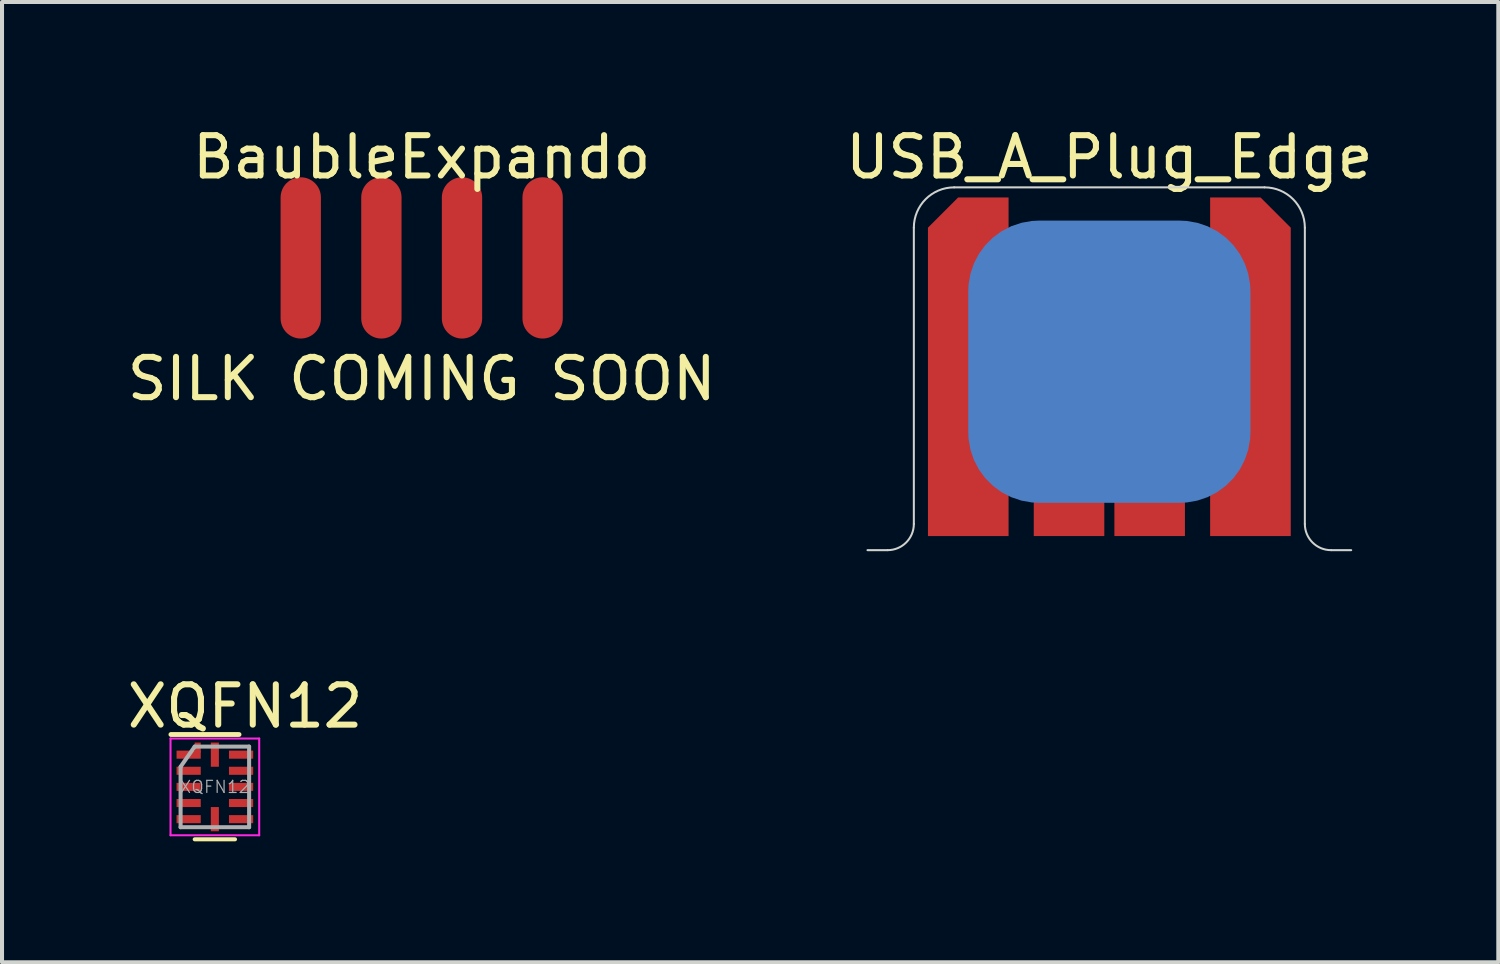
<source format=kicad_pcb>
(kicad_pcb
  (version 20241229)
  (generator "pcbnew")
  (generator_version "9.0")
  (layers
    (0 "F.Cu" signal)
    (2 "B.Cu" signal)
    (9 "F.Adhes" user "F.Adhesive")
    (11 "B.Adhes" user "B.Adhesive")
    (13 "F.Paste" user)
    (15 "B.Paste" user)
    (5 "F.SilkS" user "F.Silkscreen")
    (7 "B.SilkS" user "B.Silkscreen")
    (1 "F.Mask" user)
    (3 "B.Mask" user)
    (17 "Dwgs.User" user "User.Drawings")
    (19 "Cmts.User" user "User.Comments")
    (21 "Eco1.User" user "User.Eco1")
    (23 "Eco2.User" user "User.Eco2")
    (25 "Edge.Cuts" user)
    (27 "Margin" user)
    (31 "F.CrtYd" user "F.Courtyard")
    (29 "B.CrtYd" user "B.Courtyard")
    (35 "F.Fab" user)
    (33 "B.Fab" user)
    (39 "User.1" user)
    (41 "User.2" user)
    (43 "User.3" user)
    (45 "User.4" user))
  (footprint "USB_A_Plug_Edge"
    (layer "F.Cu")
    (at 24.47 1.598)
    (property "Reference" "USB_A_Plug_Edge" (at 0 -0.75 0) (layer "F.SilkS") (effects (font (size 1 1) (thickness 0.15))))
    (attr through_hole)
    (fp_line (start -4.85 8.65) (end 4.85 8.65) (stroke (width 0.06) (type solid)) (layer "Eco1.User"))
    (fp_line (start -6 9) (end -5.5 9) (stroke (width 0.05) (type solid)) (layer "Edge.Cuts"))
    (fp_line (start -4.85 8.35) (end -4.85 1) (stroke (width 0.05) (type solid)) (layer "Edge.Cuts"))
    (fp_line (start -3.85 0) (end 3.85 0) (stroke (width 0.05) (type solid)) (layer "Edge.Cuts"))
    (fp_line (start 4.85 8.35) (end 4.85 1) (stroke (width 0.05) (type solid)) (layer "Edge.Cuts"))
    (fp_line (start 5.5 9) (end 6 9) (stroke (width 0.05) (type solid)) (layer "Edge.Cuts"))
    (fp_arc (start -4.85 1) (mid -4.557107 0.292893) (end -3.85 0) (stroke (width 0.05) (type solid)) (layer "Edge.Cuts"))
    (fp_arc (start -4.85 8.35) (mid -5.040381 8.809619) (end -5.5 9) (stroke (width 0.05) (type solid)) (layer "Edge.Cuts"))
    (fp_arc (start 3.85 0) (mid 4.557107 0.292893) (end 4.85 1) (stroke (width 0.05) (type solid)) (layer "Edge.Cuts"))
    (fp_arc (start 5.5 9) (mid 5.040381 8.809619) (end 4.85 8.35) (stroke (width 0.05) (type solid)) (layer "Edge.Cuts"))
    (pad "1" connect custom (at -3.5 4.945) (size 2 7.41) (layers "F.Cu" "F.Mask") (options (anchor rect)) (primitives (gr_poly (pts (xy 1 -3.695) (xy -1 -3.695) (xy -1 -3.945) (xy -0.25 -4.695) (xy 1 -4.695)) (width 0) (fill yes))))
    (pad "2" connect rect (at -1 5.445) (size 1.75 6.41) (layers "F.Cu" "F.Mask"))
    (pad "3" connect rect (at 1 5.445) (size 1.75 6.41) (layers "F.Cu" "F.Mask"))
    (pad "4" connect custom (at 3.5 4.945) (size 2 7.41) (layers "F.Cu" "F.Mask") (options (anchor rect)) (primitives (gr_poly (pts (xy -1 -3.695) (xy 1 -3.695) (xy 1 -3.945) (xy 0.25 -4.695) (xy -1 -4.695)) (width 0) (fill yes))))
    (pad "5" connect roundrect (at 0 4.325) (size 7 7) (layers "B.Cu" "B.Mask") (roundrect_rratio 0.25)))
  (footprint "XQFN12"
    (layer "F.Cu")
    (at 2.28 16.471)
    (property "Reference" "XQFN12" (at 0.75 -2 0) (layer "F.SilkS") (effects (font (size 1 1) (thickness 0.15))))
    (attr smd)
    (fp_line (start 0.5 1.3) (end -0.5 1.3) (stroke (width 0.1) (type solid)) (layer "F.SilkS"))
    (fp_line (start 0.6 -1.3) (end -1.09 -1.3) (stroke (width 0.12) (type solid)) (layer "F.SilkS"))
    (fp_line (start -1.1 -1.2) (end 1.1 -1.2) (stroke (width 0.05) (type solid)) (layer "F.CrtYd"))
    (fp_line (start -1.1 1.2) (end -1.1 -1.2) (stroke (width 0.05) (type solid)) (layer "F.CrtYd"))
    (fp_line (start 1.1 -1.2) (end 1.1 1.2) (stroke (width 0.05) (type solid)) (layer "F.CrtYd"))
    (fp_line (start 1.1 1.2) (end -1.1 1.2) (stroke (width 0.05) (type solid)) (layer "F.CrtYd"))
    (fp_line (start -0.85 1) (end -0.85 -0.5) (stroke (width 0.1) (type solid)) (layer "F.Fab"))
    (fp_line (start -0.5 -1) (end -0.85 -0.5) (stroke (width 0.1) (type solid)) (layer "F.Fab"))
    (fp_line (start -0.5 -1) (end 0.85 -1) (stroke (width 0.1) (type solid)) (layer "F.Fab"))
    (fp_line (start 0.85 -1) (end 0.85 1) (stroke (width 0.1) (type solid)) (layer "F.Fab"))
    (fp_line (start 0.85 1) (end -0.85 1) (stroke (width 0.1) (type solid)) (layer "F.Fab"))
    (fp_text user "${REFERENCE}" (at 0 0 0) (layer "F.Fab") (effects (font (size 0.3 0.3) (thickness 0.03))))
    (pad "1" smd rect (at -0.65 -0.8 270) (size 0.2 0.6) (layers "F.Cu" "F.Mask" "F.Paste"))
    (pad "1" smd rect (at -0.425 -0.975) (size 0.15 0.25) (layers "F.Cu" "F.Mask" "F.Paste"))
    (pad "2" smd rect (at -0.65 -0.4 270) (size 0.2 0.6) (layers "F.Cu" "F.Mask" "F.Paste"))
    (pad "3" smd rect (at -0.65 0 270) (size 0.2 0.6) (layers "F.Cu" "F.Mask" "F.Paste"))
    (pad "4" smd rect (at -0.65 0.4 270) (size 0.2 0.6) (layers "F.Cu" "F.Mask" "F.Paste"))
    (pad "5" smd rect (at -0.65 0.8 270) (size 0.2 0.6) (layers "F.Cu" "F.Mask" "F.Paste"))
    (pad "6" smd rect (at 0 0.8 270) (size 0.6 0.2) (layers "F.Cu" "F.Mask" "F.Paste"))
    (pad "7" smd rect (at 0.65 0.8 270) (size 0.2 0.6) (layers "F.Cu" "F.Mask" "F.Paste"))
    (pad "8" smd rect (at 0.65 0.4 270) (size 0.2 0.6) (layers "F.Cu" "F.Mask" "F.Paste"))
    (pad "9" smd rect (at 0.65 0 270) (size 0.2 0.6) (layers "F.Cu" "F.Mask" "F.Paste"))
    (pad "10" smd rect (at 0.65 -0.4 270) (size 0.2 0.6) (layers "F.Cu" "F.Mask" "F.Paste"))
    (pad "11" smd rect (at 0.65 -0.8 270) (size 0.2 0.6) (layers "F.Cu" "F.Mask" "F.Paste"))
    (pad "12" smd rect (at 0 -0.8 270) (size 0.6 0.2) (layers "F.Cu" "F.Mask" "F.Paste")))
  (footprint "BaubleExpando"
    (layer "F.Cu")
    (at 7.411 3.348)
    (property "Reference" "BaubleExpando" (at 0 -2.5 0) (layer "F.SilkS") (effects (font (size 1 1) (thickness 0.15))))
    (attr through_hole)
    (fp_text user "SILK COMING SOON" (at 0 3 0) (layer "F.SilkS") (effects (font (size 1 1) (thickness 0.15))))
    (pad "1" smd oval (at -3 0) (size 1 4) (layers "F.Cu" "F.Mask" "F.Paste"))
    (pad "2" smd oval (at -1 0) (size 1 4) (layers "F.Cu" "F.Mask" "F.Paste"))
    (pad "3" smd oval (at 1 0) (size 1 4) (layers "F.Cu" "F.Mask" "F.Paste"))
    (pad "4" smd oval (at 3 0) (size 1 4) (layers "F.Cu" "F.Mask" "F.Paste")))
  (gr_rect
    (start -3 -3)
    (end 34.119 20.822)
    (stroke (width 0.1) (type default))
    (fill no)
    (layer "Edge.Cuts")))
</source>
